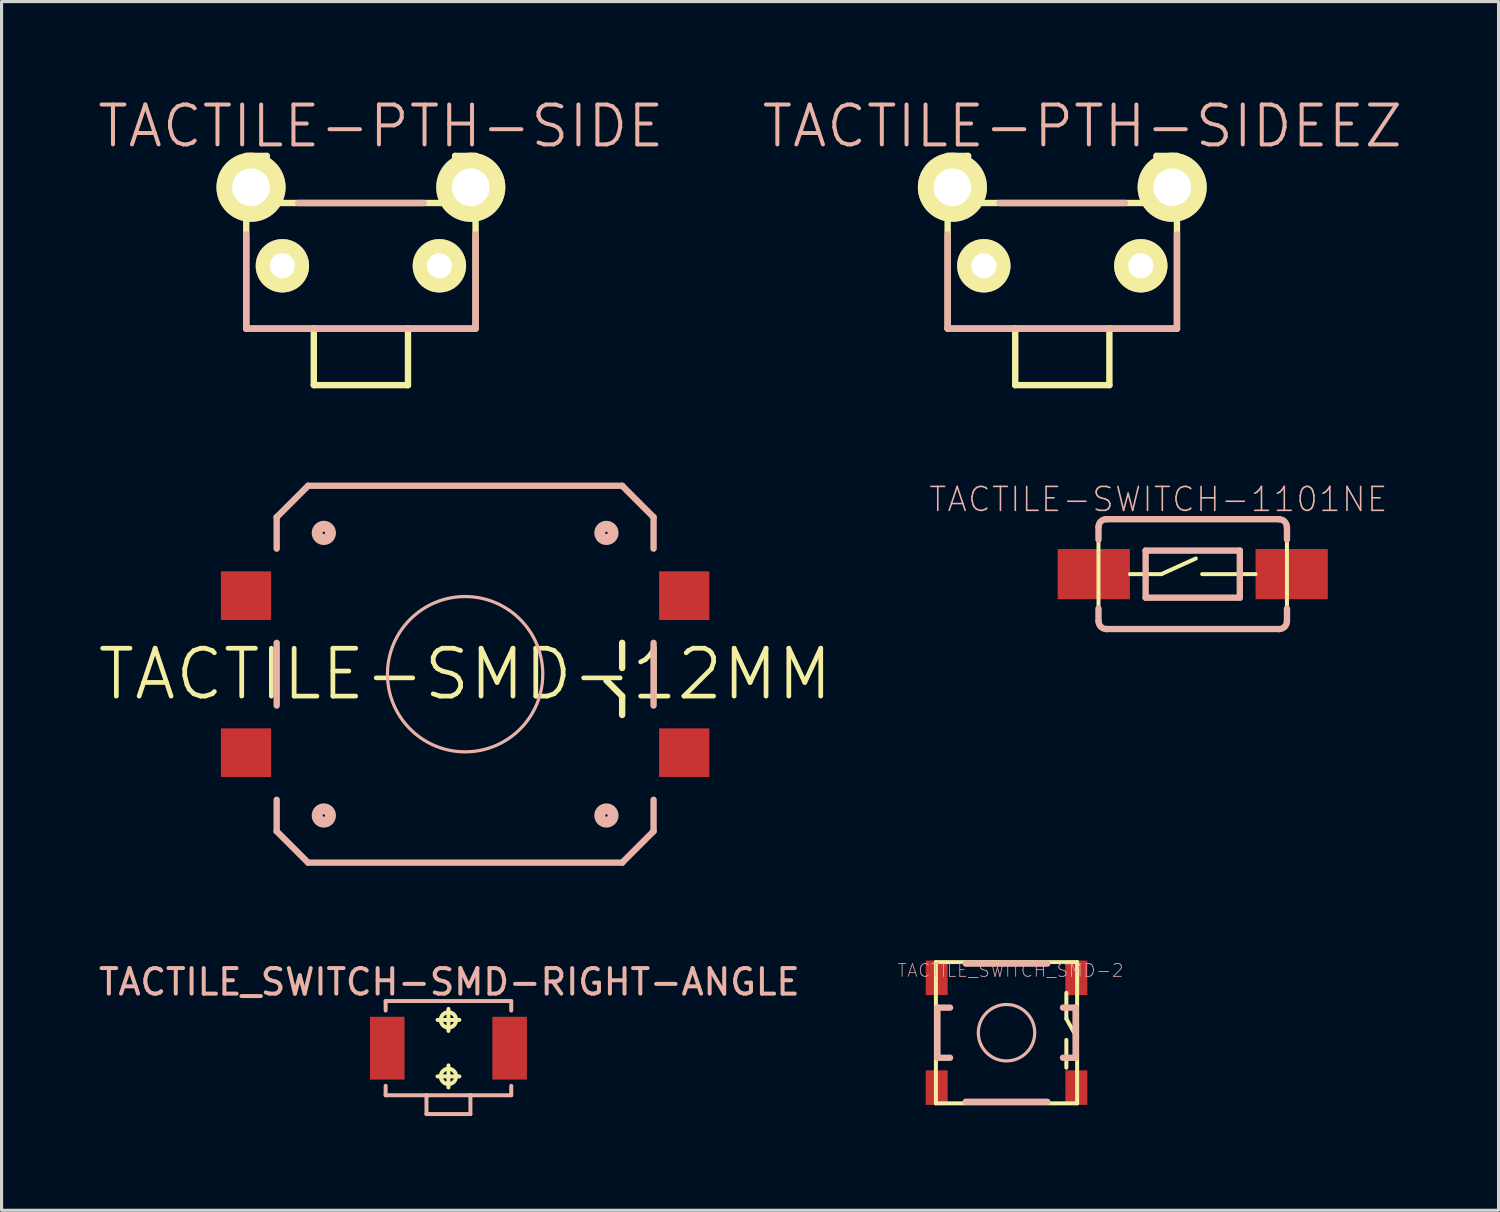
<source format=kicad_pcb>
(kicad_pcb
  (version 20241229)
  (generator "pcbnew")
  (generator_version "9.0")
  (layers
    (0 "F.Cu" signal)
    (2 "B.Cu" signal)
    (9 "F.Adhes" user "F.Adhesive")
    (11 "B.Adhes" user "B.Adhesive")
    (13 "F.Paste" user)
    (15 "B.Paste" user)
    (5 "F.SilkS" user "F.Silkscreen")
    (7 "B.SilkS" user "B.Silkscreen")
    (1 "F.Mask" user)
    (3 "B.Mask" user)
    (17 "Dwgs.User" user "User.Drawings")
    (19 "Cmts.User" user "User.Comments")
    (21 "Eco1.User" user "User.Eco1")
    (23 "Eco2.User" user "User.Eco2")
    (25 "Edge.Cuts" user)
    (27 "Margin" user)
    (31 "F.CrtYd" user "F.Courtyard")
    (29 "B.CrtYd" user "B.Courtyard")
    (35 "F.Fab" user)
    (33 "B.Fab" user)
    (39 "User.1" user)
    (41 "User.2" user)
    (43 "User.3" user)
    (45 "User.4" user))
  (footprint "TACTILE-PTH-SIDE"
    (layer "F.Cu")
    (at 8.439 5.411)
    (property "Reference" "TACTILE-PTH-SIDE" (at 0.635 -4.445 0) (layer "B.SilkS") (effects (font (size 1.27 1.27) (thickness 0.127))))
    (attr exclude_from_pos_files exclude_from_bom)
    (fp_line (start -3.65 -3.498) (end -3 -3.498) (stroke (width 0.203) (type solid)) (layer "F.SilkS"))
    (fp_line (start -3.65 1.999) (end -3.65 -3.498) (stroke (width 0.203) (type solid)) (layer "F.SilkS"))
    (fp_line (start -3.65 1.999) (end -1.499 1.999) (stroke (width 0.203) (type solid)) (layer "F.SilkS"))
    (fp_line (start -3 -1.999) (end -3 -3.498) (stroke (width 0.203) (type solid)) (layer "F.SilkS"))
    (fp_line (start -3 -1.999) (end 3 -1.999) (stroke (width 0.203) (type solid)) (layer "F.SilkS"))
    (fp_line (start -1.499 1.999) (end -1.499 3.8) (stroke (width 0.203) (type solid)) (layer "F.SilkS"))
    (fp_line (start -1.499 1.999) (end 1.499 1.999) (stroke (width 0.203) (type solid)) (layer "F.SilkS"))
    (fp_line (start 1.499 1.999) (end 1.499 3.8) (stroke (width 0.203) (type solid)) (layer "F.SilkS"))
    (fp_line (start 1.499 1.999) (end 3.65 1.999) (stroke (width 0.203) (type solid)) (layer "F.SilkS"))
    (fp_line (start 1.499 3.8) (end -1.499 3.8) (stroke (width 0.203) (type solid)) (layer "F.SilkS"))
    (fp_line (start 3 -3.498) (end 3.65 -3.498) (stroke (width 0.203) (type solid)) (layer "F.SilkS"))
    (fp_line (start 3 -1.999) (end 3 -3.498) (stroke (width 0.203) (type solid)) (layer "F.SilkS"))
    (fp_line (start 3.65 -3.498) (end 3.65 1.999) (stroke (width 0.203) (type solid)) (layer "F.SilkS"))
    (fp_line (start -3.65 -0.998) (end -3.65 1.999) (stroke (width 0.203) (type solid)) (layer "B.SilkS"))
    (fp_line (start -3.65 1.999) (end 3.65 1.999) (stroke (width 0.203) (type solid)) (layer "B.SilkS"))
    (fp_line (start 1.999 -1.999) (end -1.999 -1.999) (stroke (width 0.203) (type solid)) (layer "B.SilkS"))
    (fp_line (start 3.65 1.999) (end 3.65 -0.998) (stroke (width 0.203) (type solid)) (layer "B.SilkS"))
    (pad "1" thru_hole circle (at -2.499 0) (size 1.699 1.699) (drill 0.798) (layers "*.Cu" "F.Mask" "F.SilkS" "F.Paste"))
    (pad "2" thru_hole circle (at 2.499 0) (size 1.699 1.699) (drill 0.798) (layers "*.Cu" "F.Mask" "F.SilkS" "F.Paste"))
    (pad "ANCH" thru_hole circle (at -3.498 -2.499) (size 2.2 2.2) (drill 1.199) (layers "*.Cu" "F.Mask" "F.SilkS" "F.Paste"))
    (pad "ANCH" thru_hole circle (at 3.498 -2.499) (size 2.2 2.2) (drill 1.199) (layers "*.Cu" "F.Mask" "F.SilkS" "F.Paste")))
  (footprint "TACTILE-SWITCH-1101NE"
    (layer "F.Cu")
    (at 34.92 15.227)
    (property "Reference" "TACTILE-SWITCH-1101NE" (at -1.095 -2.38 0) (layer "B.SilkS") (effects (font (size 0.762 0.762) (thickness 0.051))))
    (attr smd)
    (fp_line (start -3 -1.1) (end -3 1.1) (stroke (width 0.127) (type solid)) (layer "F.SilkS"))
    (fp_line (start -1.999 0) (end -0.998 0) (stroke (width 0.127) (type solid)) (layer "F.SilkS"))
    (fp_line (start -0.998 0) (end 0.099 -0.498) (stroke (width 0.127) (type solid)) (layer "F.SilkS"))
    (fp_line (start 0.3 0) (end 1.999 0) (stroke (width 0.127) (type solid)) (layer "F.SilkS"))
    (fp_line (start 3 -1.1) (end 3 1.1) (stroke (width 0.127) (type solid)) (layer "F.SilkS"))
    (fp_line (start -3 -1.1) (end -3 -1.499) (stroke (width 0.203) (type solid)) (layer "B.SilkS"))
    (fp_line (start -3 1.499) (end -3 1.1) (stroke (width 0.203) (type solid)) (layer "B.SilkS"))
    (fp_line (start -2.748 -1.748) (end 2.748 -1.748) (stroke (width 0.203) (type solid)) (layer "B.SilkS"))
    (fp_line (start -1.499 -0.749) (end 1.499 -0.749) (stroke (width 0.203) (type solid)) (layer "B.SilkS"))
    (fp_line (start -1.499 0.749) (end -1.499 -0.749) (stroke (width 0.203) (type solid)) (layer "B.SilkS"))
    (fp_line (start 1.499 0.749) (end -1.499 0.749) (stroke (width 0.203) (type solid)) (layer "B.SilkS"))
    (fp_line (start 1.499 0.749) (end 1.499 -0.749) (stroke (width 0.203) (type solid)) (layer "B.SilkS"))
    (fp_line (start 2.748 1.748) (end -2.748 1.748) (stroke (width 0.203) (type solid)) (layer "B.SilkS"))
    (fp_line (start 3 -1.1) (end 3 -1.499) (stroke (width 0.203) (type solid)) (layer "B.SilkS"))
    (fp_line (start 3 1.499) (end 3 1.1) (stroke (width 0.203) (type solid)) (layer "B.SilkS"))
    (fp_arc (start -2.99974 -1.4986) (mid -2.926089 -1.676409) (end -2.74828 -1.75006) (stroke (width 0.2032) (type solid)) (layer "B.SilkS"))
    (fp_arc (start -2.74828 1.74752) (mid -2.924293 1.674613) (end -2.9972 1.4986) (stroke (width 0.2032) (type solid)) (layer "B.SilkS"))
    (fp_arc (start 2.74828 -1.74752) (mid 2.924293 -1.674613) (end 2.9972 -1.4986) (stroke (width 0.2032) (type solid)) (layer "B.SilkS"))
    (fp_arc (start 2.99974 1.4986) (mid 2.926089 1.676409) (end 2.74828 1.75006) (stroke (width 0.2032) (type solid)) (layer "B.SilkS"))
    (pad "1" smd rect (at -3.15 0 180) (size 2.299 1.598) (layers "F.Cu" "F.Mask" "F.Paste"))
    (pad "2" smd rect (at 3.15 0 180) (size 2.299 1.598) (layers "F.Cu" "F.Mask" "F.Paste")))
  (footprint "TACTILE_SWITCH-SMD-RIGHT-ANGLE"
    (layer "F.Cu")
    (at 11.226 30.318)
    (property "Reference" "TACTILE_SWITCH-SMD-RIGHT-ANGLE" (at 0.03 -2.106 0) (layer "B.SilkS") (effects (font (size 0.813 0.813) (thickness 0.127))))
    (attr smd)
    (fp_line (start -0.348 -0.899) (end 0.348 -0.899) (stroke (width 0.127) (type solid)) (layer "F.SilkS"))
    (fp_line (start -0.348 0.899) (end 0.348 0.899) (stroke (width 0.127) (type solid)) (layer "F.SilkS"))
    (fp_line (start 0 -0.549) (end 0 -1.25) (stroke (width 0.127) (type solid)) (layer "F.SilkS"))
    (fp_line (start 0 1.25) (end 0 0.549) (stroke (width 0.127) (type solid)) (layer "F.SilkS"))
    (fp_circle (center 0 -0.899) (end -0.173 -1.072) (stroke (width 0.127) (type solid)) (fill no) (layer "F.SilkS"))
    (fp_circle (center 0 0.899) (end -0.173 1.072) (stroke (width 0.127) (type solid)) (fill no) (layer "F.SilkS"))
    (fp_line (start -1.999 -1.499) (end 1.999 -1.499) (stroke (width 0.127) (type solid)) (layer "B.SilkS"))
    (fp_line (start -1.999 -1.199) (end -1.999 -1.499) (stroke (width 0.127) (type solid)) (layer "B.SilkS"))
    (fp_line (start -1.999 1.199) (end -1.999 1.499) (stroke (width 0.127) (type solid)) (layer "B.SilkS"))
    (fp_line (start -1.999 1.499) (end -0.699 1.499) (stroke (width 0.127) (type solid)) (layer "B.SilkS"))
    (fp_line (start -0.699 1.499) (end 0.699 1.499) (stroke (width 0.127) (type solid)) (layer "B.SilkS"))
    (fp_line (start -0.699 2.098) (end -0.699 1.499) (stroke (width 0.127) (type solid)) (layer "B.SilkS"))
    (fp_line (start -0.699 2.098) (end 0.699 2.098) (stroke (width 0.127) (type solid)) (layer "B.SilkS"))
    (fp_line (start 0.699 1.499) (end 1.999 1.499) (stroke (width 0.127) (type solid)) (layer "B.SilkS"))
    (fp_line (start 0.699 2.098) (end 0.699 1.499) (stroke (width 0.127) (type solid)) (layer "B.SilkS"))
    (fp_line (start 1.999 -1.499) (end 1.999 -1.199) (stroke (width 0.127) (type solid)) (layer "B.SilkS"))
    (fp_line (start 1.999 1.499) (end 1.999 1.199) (stroke (width 0.127) (type solid)) (layer "B.SilkS"))
    (pad "1" smd rect (at -1.948 0 90) (size 1.999 1.1) (layers "F.Cu" "F.Mask" "F.Paste"))
    (pad "2" smd rect (at 1.948 0 90) (size 1.999 1.1) (layers "F.Cu" "F.Mask" "F.Paste")))
  (footprint "TACTILE_SWITCH_SMD-2"
    (layer "F.Cu")
    (at 28.992 29.826)
    (property "Reference" "TACTILE_SWITCH_SMD-2" (at 0.127 -1.981 0) (layer "B.SilkS") (effects (font (size 0.406 0.406) (thickness 0.025))))
    (attr smd)
    (fp_line (start -2.248 -2.248) (end 2.248 -2.248) (stroke (width 0.127) (type solid)) (layer "F.SilkS"))
    (fp_line (start -2.248 2.248) (end -2.248 -2.248) (stroke (width 0.127) (type solid)) (layer "F.SilkS"))
    (fp_line (start 1.905 -1.27) (end 1.905 -0.445) (stroke (width 0.127) (type solid)) (layer "F.SilkS"))
    (fp_line (start 1.905 -0.445) (end 2.159 0.008) (stroke (width 0.127) (type solid)) (layer "F.SilkS"))
    (fp_line (start 1.905 0.229) (end 1.905 1.113) (stroke (width 0.127) (type solid)) (layer "F.SilkS"))
    (fp_line (start 2.248 -2.248) (end 2.248 2.248) (stroke (width 0.127) (type solid)) (layer "F.SilkS"))
    (fp_line (start 2.248 2.248) (end -2.248 2.248) (stroke (width 0.127) (type solid)) (layer "F.SilkS"))
    (fp_line (start -2.2 -0.798) (end -2.2 0.798) (stroke (width 0.203) (type solid)) (layer "B.SilkS"))
    (fp_line (start -1.798 -0.798) (end -2.2 -0.798) (stroke (width 0.203) (type solid)) (layer "B.SilkS"))
    (fp_line (start -1.798 0.798) (end -2.2 0.798) (stroke (width 0.203) (type solid)) (layer "B.SilkS"))
    (fp_line (start -1.298 2.2) (end 1.298 2.2) (stroke (width 0.203) (type solid)) (layer "B.SilkS"))
    (fp_line (start 1.298 -2.2) (end -1.298 -2.2) (stroke (width 0.203) (type solid)) (layer "B.SilkS"))
    (fp_line (start 2.2 -0.798) (end 1.798 -0.798) (stroke (width 0.203) (type solid)) (layer "B.SilkS"))
    (fp_line (start 2.2 0.798) (end 1.798 0.798) (stroke (width 0.203) (type solid)) (layer "B.SilkS"))
    (fp_line (start 2.2 0.798) (end 2.2 -0.798) (stroke (width 0.203) (type solid)) (layer "B.SilkS"))
    (fp_circle (center 0 0) (end -0.635 0.635) (stroke (width 0.102) (type solid)) (fill no) (layer "B.SilkS"))
    (pad "1" smd rect (at 2.223 -1.748 90) (size 1.1 0.699) (layers "F.Cu" "F.Mask" "F.Paste"))
    (pad "2" smd rect (at 2.223 1.748 90) (size 1.1 0.699) (layers "F.Cu" "F.Mask" "F.Paste"))
    (pad "3" smd rect (at -2.223 1.748 90) (size 1.1 0.699) (layers "F.Cu" "F.Mask" "F.Paste"))
    (pad "4" smd rect (at -2.223 -1.748 90) (size 1.1 0.699) (layers "F.Cu" "F.Mask" "F.Paste")))
  (footprint "TACTILE-SMD-12MM"
    (layer "F.Cu")
    (at 11.757 18.413)
    (property "Reference" "TACTILE-SMD-12MM" (at 0 0 0) (layer "F.SilkS") (effects (font (size 1.524 1.524) (thickness 0.15))))
    (attr smd)
    (fp_line (start 4.999 -0.198) (end 4.999 -0.998) (stroke (width 0.203) (type solid)) (layer "F.SilkS"))
    (fp_line (start 4.999 0.699) (end 4.498 0.198) (stroke (width 0.203) (type solid)) (layer "F.SilkS"))
    (fp_line (start 4.999 1.298) (end 4.999 0.699) (stroke (width 0.203) (type solid)) (layer "F.SilkS"))
    (fp_line (start -5.999 -3.998) (end -5.999 -4.999) (stroke (width 0.203) (type solid)) (layer "B.SilkS"))
    (fp_line (start -5.999 0.998) (end -5.999 -0.998) (stroke (width 0.203) (type solid)) (layer "B.SilkS"))
    (fp_line (start -5.999 4.999) (end -5.999 3.998) (stroke (width 0.203) (type solid)) (layer "B.SilkS"))
    (fp_line (start -5.999 4.999) (end -4.999 5.999) (stroke (width 0.203) (type solid)) (layer "B.SilkS"))
    (fp_line (start -4.999 -5.999) (end -5.999 -4.999) (stroke (width 0.203) (type solid)) (layer "B.SilkS"))
    (fp_line (start -4.999 -5.999) (end 4.999 -5.999) (stroke (width 0.203) (type solid)) (layer "B.SilkS"))
    (fp_line (start 4.999 5.999) (end -4.999 5.999) (stroke (width 0.203) (type solid)) (layer "B.SilkS"))
    (fp_line (start 5.999 -4.999) (end 4.999 -5.999) (stroke (width 0.203) (type solid)) (layer "B.SilkS"))
    (fp_line (start 5.999 -4.999) (end 5.999 -3.998) (stroke (width 0.203) (type solid)) (layer "B.SilkS"))
    (fp_line (start 5.999 -0.998) (end 5.999 0.998) (stroke (width 0.203) (type solid)) (layer "B.SilkS"))
    (fp_line (start 5.999 3.998) (end 5.999 4.999) (stroke (width 0.203) (type solid)) (layer "B.SilkS"))
    (fp_line (start 5.999 4.999) (end 4.999 5.999) (stroke (width 0.203) (type solid)) (layer "B.SilkS"))
    (fp_circle (center -4.498 -4.498) (end -4.648 -4.648) (stroke (width 0.348) (type solid)) (fill no) (layer "B.SilkS"))
    (fp_circle (center -4.498 4.498) (end -4.648 4.648) (stroke (width 0.348) (type solid)) (fill no) (layer "B.SilkS"))
    (fp_circle (center 0 0) (end -1.748 1.748) (stroke (width 0.102) (type solid)) (fill no) (layer "B.SilkS"))
    (fp_circle (center 4.498 -4.498) (end 4.648 -4.648) (stroke (width 0.348) (type solid)) (fill no) (layer "B.SilkS"))
    (fp_circle (center 4.498 4.498) (end 4.648 4.648) (stroke (width 0.348) (type solid)) (fill no) (layer "B.SilkS"))
    (pad "1" smd rect (at 6.975 2.499) (size 1.598 1.549) (layers "F.Cu" "F.Mask" "F.Paste"))
    (pad "2" smd rect (at -6.975 2.499) (size 1.598 1.549) (layers "F.Cu" "F.Mask" "F.Paste"))
    (pad "3" smd rect (at 6.975 -2.499) (size 1.598 1.549) (layers "F.Cu" "F.Mask" "F.Paste"))
    (pad "4" smd rect (at -6.975 -2.499) (size 1.598 1.549) (layers "F.Cu" "F.Mask" "F.Paste")))
  (footprint "TACTILE-PTH-SIDEEZ"
    (layer "F.Cu")
    (at 30.768 5.411)
    (property "Reference" "TACTILE-PTH-SIDEEZ" (at 0.635 -4.445 0) (layer "B.SilkS") (effects (font (size 1.27 1.27) (thickness 0.127))))
    (attr exclude_from_pos_files exclude_from_bom)
    (fp_line (start -3.65 -3.498) (end -3 -3.498) (stroke (width 0.203) (type solid)) (layer "F.SilkS"))
    (fp_line (start -3.65 1.999) (end -3.65 -3.498) (stroke (width 0.203) (type solid)) (layer "F.SilkS"))
    (fp_line (start -3.65 1.999) (end -1.499 1.999) (stroke (width 0.203) (type solid)) (layer "F.SilkS"))
    (fp_line (start -3 -1.999) (end -3 -3.498) (stroke (width 0.203) (type solid)) (layer "F.SilkS"))
    (fp_line (start -3 -1.999) (end 3 -1.999) (stroke (width 0.203) (type solid)) (layer "F.SilkS"))
    (fp_line (start -1.499 1.999) (end -1.499 3.8) (stroke (width 0.203) (type solid)) (layer "F.SilkS"))
    (fp_line (start -1.499 1.999) (end 1.499 1.999) (stroke (width 0.203) (type solid)) (layer "F.SilkS"))
    (fp_line (start 1.499 1.999) (end 1.499 3.8) (stroke (width 0.203) (type solid)) (layer "F.SilkS"))
    (fp_line (start 1.499 1.999) (end 3.65 1.999) (stroke (width 0.203) (type solid)) (layer "F.SilkS"))
    (fp_line (start 1.499 3.8) (end -1.499 3.8) (stroke (width 0.203) (type solid)) (layer "F.SilkS"))
    (fp_line (start 3 -3.498) (end 3.65 -3.498) (stroke (width 0.203) (type solid)) (layer "F.SilkS"))
    (fp_line (start 3 -1.999) (end 3 -3.498) (stroke (width 0.203) (type solid)) (layer "F.SilkS"))
    (fp_line (start 3.65 -3.498) (end 3.65 1.999) (stroke (width 0.203) (type solid)) (layer "F.SilkS"))
    (fp_circle (center -3.498 -2.499) (end -4.069 -3.071) (stroke (width 0) (type solid)) (fill yes) (layer "F.SilkS"))
    (fp_circle (center -3.498 -2.499) (end -3.815 -2.817) (stroke (width 0) (type solid)) (fill yes) (layer "F.SilkS"))
    (fp_circle (center -2.499 0) (end -2.944 0.445) (stroke (width 0) (type solid)) (fill yes) (layer "F.SilkS"))
    (fp_circle (center -2.499 0) (end -2.72 0.221) (stroke (width 0) (type solid)) (fill yes) (layer "F.SilkS"))
    (fp_circle (center 2.499 0) (end 2.72 0.221) (stroke (width 0) (type solid)) (fill yes) (layer "F.SilkS"))
    (fp_circle (center 2.499 0) (end 2.944 0.445) (stroke (width 0) (type solid)) (fill yes) (layer "F.SilkS"))
    (fp_circle (center 3.498 -2.499) (end 3.815 -2.817) (stroke (width 0) (type solid)) (fill yes) (layer "F.SilkS"))
    (fp_circle (center 3.498 -2.499) (end 4.069 -3.071) (stroke (width 0) (type solid)) (fill yes) (layer "F.SilkS"))
    (fp_line (start -3.65 -0.998) (end -3.65 1.999) (stroke (width 0.203) (type solid)) (layer "B.SilkS"))
    (fp_line (start -3.65 1.999) (end 3.65 1.999) (stroke (width 0.203) (type solid)) (layer "B.SilkS"))
    (fp_line (start 1.999 -1.999) (end -1.999 -1.999) (stroke (width 0.203) (type solid)) (layer "B.SilkS"))
    (fp_line (start 3.65 1.999) (end 3.65 -0.998) (stroke (width 0.203) (type solid)) (layer "B.SilkS"))
    (pad "1" thru_hole circle (at -2.499 0) (size 1.699 1.699) (drill 0.798) (layers "*.Cu" "F.Mask" "F.SilkS" "F.Paste"))
    (pad "2" thru_hole circle (at 2.499 0) (size 1.699 1.699) (drill 0.798) (layers "*.Cu" "F.Mask" "F.SilkS" "F.Paste"))
    (pad "ANCH" thru_hole circle (at -3.498 -2.499) (size 2.2 2.2) (drill 1.199) (layers "*.Cu" "F.Mask" "F.SilkS" "F.Paste"))
    (pad "ANCH" thru_hole circle (at 3.498 -2.499) (size 2.2 2.2) (drill 1.199) (layers "*.Cu" "F.Mask" "F.SilkS" "F.Paste")))
  (gr_rect
    (start -3 -3)
    (end 44.656 35.48)
    (stroke (width 0.1) (type default))
    (fill no)
    (layer "Edge.Cuts")))
</source>
